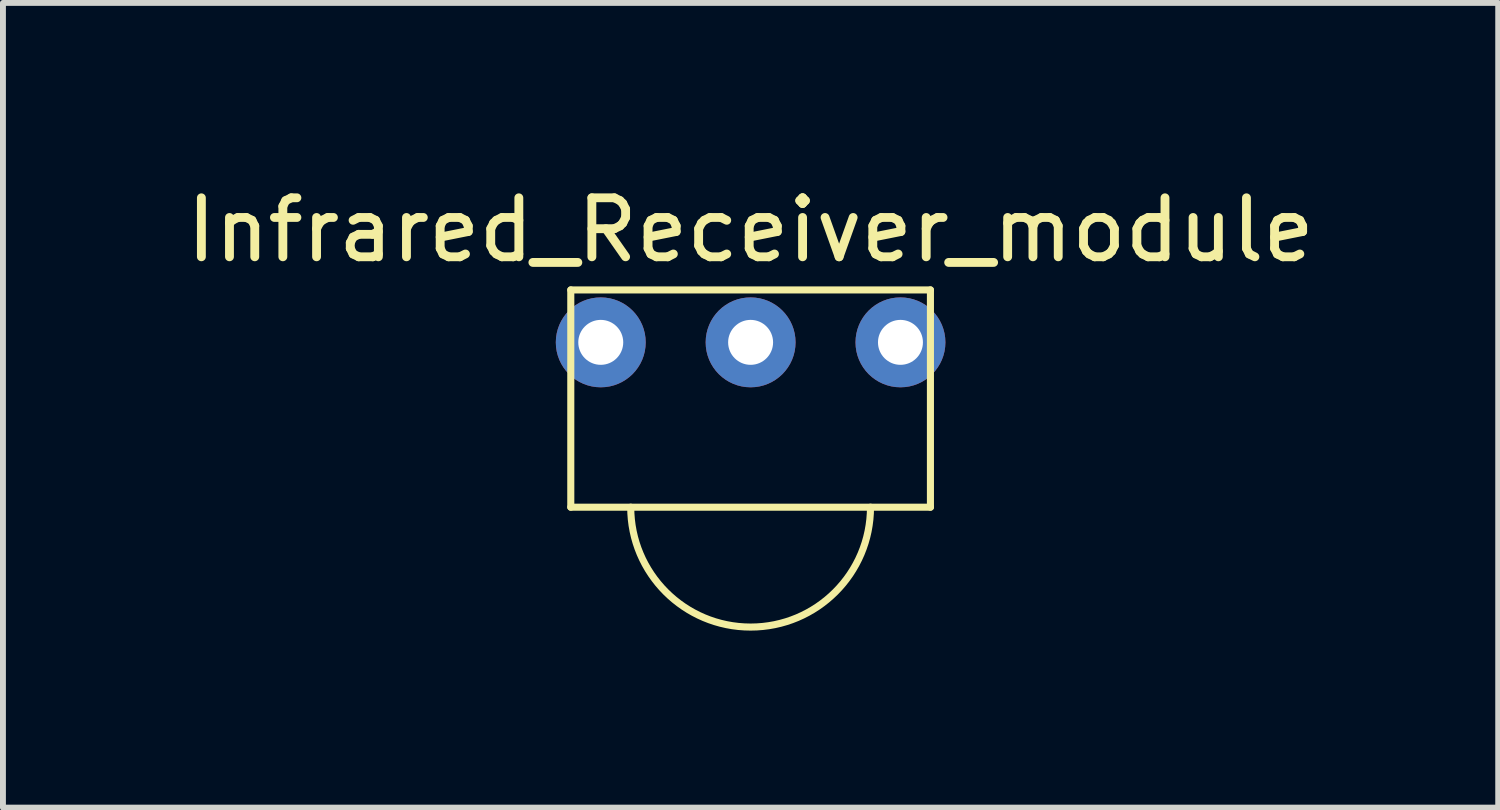
<source format=kicad_pcb>
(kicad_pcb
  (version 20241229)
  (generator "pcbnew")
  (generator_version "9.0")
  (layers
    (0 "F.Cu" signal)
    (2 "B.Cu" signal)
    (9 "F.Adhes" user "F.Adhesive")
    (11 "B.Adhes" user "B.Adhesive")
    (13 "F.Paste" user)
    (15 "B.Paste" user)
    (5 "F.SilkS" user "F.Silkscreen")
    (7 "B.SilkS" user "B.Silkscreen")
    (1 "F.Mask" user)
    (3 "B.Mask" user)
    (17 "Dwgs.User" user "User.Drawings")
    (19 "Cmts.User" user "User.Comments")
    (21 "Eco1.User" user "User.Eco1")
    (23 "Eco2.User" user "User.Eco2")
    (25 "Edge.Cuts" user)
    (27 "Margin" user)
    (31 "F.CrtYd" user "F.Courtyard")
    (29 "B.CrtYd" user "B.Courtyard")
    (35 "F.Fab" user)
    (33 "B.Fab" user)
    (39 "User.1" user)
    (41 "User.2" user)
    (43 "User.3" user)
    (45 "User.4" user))
  (footprint "Infrared_Receiver_module"
    (layer "F.Cu")
    (at 9.673 3.388)
    (property "Reference" "Infrared_Receiver_module" (at 0 -2.54 0) (layer "F.SilkS") (effects (font (size 1 1) (thickness 0.15))))
    (attr through_hole)
    (fp_line (start -3.048 -1.524) (end 3.048 -1.524) (stroke (width 0.12) (type solid)) (layer "F.SilkS"))
    (fp_line (start -3.048 2.159) (end -3.048 -1.524) (stroke (width 0.12) (type solid)) (layer "F.SilkS"))
    (fp_line (start 3.048 -1.524) (end 3.048 2.159) (stroke (width 0.12) (type solid)) (layer "F.SilkS"))
    (fp_line (start 3.048 2.159) (end -3.048 2.159) (stroke (width 0.12) (type solid)) (layer "F.SilkS"))
    (fp_arc (start 2.032 2.159) (mid 0 4.191) (end -2.032 2.159) (stroke (width 0.12) (type solid)) (layer "F.SilkS"))
    (pad "1" thru_hole circle (at -2.54 -0.635) (size 1.524 1.524) (drill 0.762) (layers "*.Cu" "*.Mask"))
    (pad "2" thru_hole circle (at 0 -0.635) (size 1.524 1.524) (drill 0.762) (layers "*.Cu" "*.Mask"))
    (pad "3" thru_hole circle (at 2.54 -0.635) (size 1.524 1.524) (drill 0.762) (layers "*.Cu" "*.Mask")))
  (gr_rect
    (start -3 -3)
    (end 22.345 10.639)
    (stroke (width 0.1) (type default))
    (fill no)
    (layer "Edge.Cuts")))
</source>
